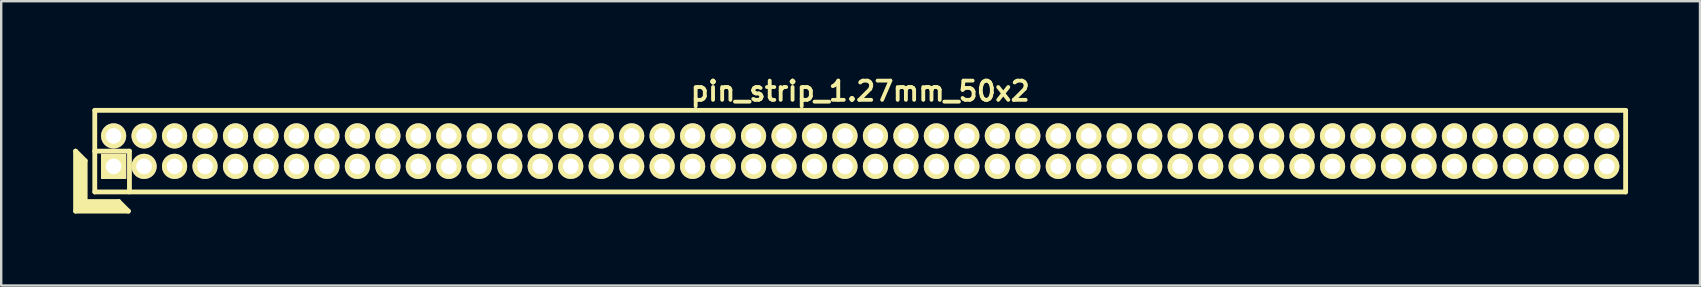
<source format=kicad_pcb>
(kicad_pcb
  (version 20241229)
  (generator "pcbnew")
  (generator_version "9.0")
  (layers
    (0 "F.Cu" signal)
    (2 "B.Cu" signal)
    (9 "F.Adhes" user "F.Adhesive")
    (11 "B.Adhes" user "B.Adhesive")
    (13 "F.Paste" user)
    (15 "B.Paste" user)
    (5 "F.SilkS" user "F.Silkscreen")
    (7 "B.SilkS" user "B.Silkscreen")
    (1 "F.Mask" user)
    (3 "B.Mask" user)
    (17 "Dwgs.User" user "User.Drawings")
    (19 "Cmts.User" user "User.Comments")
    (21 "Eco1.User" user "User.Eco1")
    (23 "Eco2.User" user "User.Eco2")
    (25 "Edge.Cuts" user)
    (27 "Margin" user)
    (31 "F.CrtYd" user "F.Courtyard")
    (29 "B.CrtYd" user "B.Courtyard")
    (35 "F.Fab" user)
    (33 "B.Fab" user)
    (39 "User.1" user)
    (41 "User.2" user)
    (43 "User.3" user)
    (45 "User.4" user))
  (footprint "pin_strip_1.27mm_50x2"
    (layer "F.Cu")
    (at 32.8 3.249)
    (property "Reference" "pin_strip_1.27mm_50x2" (at 0 -2.5 0) (layer "F.SilkS") (effects (font (size 0.8 0.8) (thickness 0.16))))
    (attr through_hole)
    (fp_line (start -32.7 0) (end -32.7 2.5) (stroke (width 0.2) (type solid)) (layer "F.SilkS"))
    (fp_line (start -32.7 0) (end -32.3 0.4) (stroke (width 0.2) (type solid)) (layer "F.SilkS"))
    (fp_line (start -32.7 2.5) (end -30.5 2.5) (stroke (width 0.2) (type solid)) (layer "F.SilkS"))
    (fp_line (start -32.6 2.4) (end -32.6 0.2) (stroke (width 0.2) (type solid)) (layer "F.SilkS"))
    (fp_line (start -32.6 2.4) (end -30.7 2.4) (stroke (width 0.2) (type solid)) (layer "F.SilkS"))
    (fp_line (start -32.5 2.3) (end -32.5 0.3) (stroke (width 0.2) (type solid)) (layer "F.SilkS"))
    (fp_line (start -32.5 2.3) (end -30.8 2.3) (stroke (width 0.2) (type solid)) (layer "F.SilkS"))
    (fp_line (start -32.4 2.2) (end -32.4 0.4) (stroke (width 0.2) (type solid)) (layer "F.SilkS"))
    (fp_line (start -32.4 2.2) (end -30.9 2.2) (stroke (width 0.2) (type solid)) (layer "F.SilkS"))
    (fp_line (start -32.3 2.1) (end -32.3 0.4) (stroke (width 0.2) (type solid)) (layer "F.SilkS"))
    (fp_line (start -32.3 2.1) (end -30.9 2.1) (stroke (width 0.2) (type solid)) (layer "F.SilkS"))
    (fp_line (start -31.905 0) (end -30.455 0) (stroke (width 0.2) (type solid)) (layer "F.SilkS"))
    (fp_line (start -31.9 -1.7) (end 31.9 -1.7) (stroke (width 0.2) (type solid)) (layer "F.SilkS"))
    (fp_line (start -31.9 1.7) (end -31.9 -1.7) (stroke (width 0.2) (type solid)) (layer "F.SilkS"))
    (fp_line (start -30.9 2.1) (end -30.5 2.5) (stroke (width 0.2) (type solid)) (layer "F.SilkS"))
    (fp_line (start -30.455 0) (end -30.455 1.7) (stroke (width 0.2) (type solid)) (layer "F.SilkS"))
    (fp_line (start 31.9 -1.7) (end 31.9 1.7) (stroke (width 0.2) (type solid)) (layer "F.SilkS"))
    (fp_line (start 31.9 1.7) (end -31.9 1.7) (stroke (width 0.2) (type solid)) (layer "F.SilkS"))
    (pad "1" thru_hole rect (at -31.115 0.635) (size 1.05 1.05) (drill 0.65) (layers "*.Cu" "*.Mask" "F.SilkS"))
    (pad "2" thru_hole oval (at -31.115 -0.635) (size 1.05 1.05) (drill 0.65) (layers "*.Cu" "*.Mask" "F.SilkS"))
    (pad "3" thru_hole oval (at -29.845 0.635) (size 1.05 1.05) (drill 0.65) (layers "*.Cu" "*.Mask" "F.SilkS"))
    (pad "4" thru_hole oval (at -29.845 -0.635) (size 1.05 1.05) (drill 0.65) (layers "*.Cu" "*.Mask" "F.SilkS"))
    (pad "5" thru_hole oval (at -28.575 0.635) (size 1.05 1.05) (drill 0.65) (layers "*.Cu" "*.Mask" "F.SilkS"))
    (pad "6" thru_hole oval (at -28.575 -0.635) (size 1.05 1.05) (drill 0.65) (layers "*.Cu" "*.Mask" "F.SilkS"))
    (pad "7" thru_hole oval (at -27.305 0.635) (size 1.05 1.05) (drill 0.65) (layers "*.Cu" "*.Mask" "F.SilkS"))
    (pad "8" thru_hole oval (at -27.305 -0.635) (size 1.05 1.05) (drill 0.65) (layers "*.Cu" "*.Mask" "F.SilkS"))
    (pad "9" thru_hole oval (at -26.035 0.635) (size 1.05 1.05) (drill 0.65) (layers "*.Cu" "*.Mask" "F.SilkS"))
    (pad "10" thru_hole oval (at -26.035 -0.635) (size 1.05 1.05) (drill 0.65) (layers "*.Cu" "*.Mask" "F.SilkS"))
    (pad "11" thru_hole oval (at -24.765 0.635) (size 1.05 1.05) (drill 0.65) (layers "*.Cu" "*.Mask" "F.SilkS"))
    (pad "12" thru_hole oval (at -24.765 -0.635) (size 1.05 1.05) (drill 0.65) (layers "*.Cu" "*.Mask" "F.SilkS"))
    (pad "13" thru_hole oval (at -23.495 0.635) (size 1.05 1.05) (drill 0.65) (layers "*.Cu" "*.Mask" "F.SilkS"))
    (pad "14" thru_hole oval (at -23.495 -0.635) (size 1.05 1.05) (drill 0.65) (layers "*.Cu" "*.Mask" "F.SilkS"))
    (pad "15" thru_hole oval (at -22.225 0.635) (size 1.05 1.05) (drill 0.65) (layers "*.Cu" "*.Mask" "F.SilkS"))
    (pad "16" thru_hole oval (at -22.225 -0.635) (size 1.05 1.05) (drill 0.65) (layers "*.Cu" "*.Mask" "F.SilkS"))
    (pad "17" thru_hole oval (at -20.955 0.635) (size 1.05 1.05) (drill 0.65) (layers "*.Cu" "*.Mask" "F.SilkS"))
    (pad "18" thru_hole oval (at -20.955 -0.635) (size 1.05 1.05) (drill 0.65) (layers "*.Cu" "*.Mask" "F.SilkS"))
    (pad "19" thru_hole oval (at -19.685 0.635) (size 1.05 1.05) (drill 0.65) (layers "*.Cu" "*.Mask" "F.SilkS"))
    (pad "20" thru_hole oval (at -19.685 -0.635) (size 1.05 1.05) (drill 0.65) (layers "*.Cu" "*.Mask" "F.SilkS"))
    (pad "21" thru_hole oval (at -18.415 0.635) (size 1.05 1.05) (drill 0.65) (layers "*.Cu" "*.Mask" "F.SilkS"))
    (pad "22" thru_hole oval (at -18.415 -0.635) (size 1.05 1.05) (drill 0.65) (layers "*.Cu" "*.Mask" "F.SilkS"))
    (pad "23" thru_hole oval (at -17.145 0.635) (size 1.05 1.05) (drill 0.65) (layers "*.Cu" "*.Mask" "F.SilkS"))
    (pad "24" thru_hole oval (at -17.145 -0.635) (size 1.05 1.05) (drill 0.65) (layers "*.Cu" "*.Mask" "F.SilkS"))
    (pad "25" thru_hole oval (at -15.875 0.635) (size 1.05 1.05) (drill 0.65) (layers "*.Cu" "*.Mask" "F.SilkS"))
    (pad "26" thru_hole oval (at -15.875 -0.635) (size 1.05 1.05) (drill 0.65) (layers "*.Cu" "*.Mask" "F.SilkS"))
    (pad "27" thru_hole oval (at -14.605 0.635) (size 1.05 1.05) (drill 0.65) (layers "*.Cu" "*.Mask" "F.SilkS"))
    (pad "28" thru_hole oval (at -14.605 -0.635) (size 1.05 1.05) (drill 0.65) (layers "*.Cu" "*.Mask" "F.SilkS"))
    (pad "29" thru_hole oval (at -13.335 0.635) (size 1.05 1.05) (drill 0.65) (layers "*.Cu" "*.Mask" "F.SilkS"))
    (pad "30" thru_hole oval (at -13.335 -0.635) (size 1.05 1.05) (drill 0.65) (layers "*.Cu" "*.Mask" "F.SilkS"))
    (pad "31" thru_hole oval (at -12.065 0.635) (size 1.05 1.05) (drill 0.65) (layers "*.Cu" "*.Mask" "F.SilkS"))
    (pad "32" thru_hole oval (at -12.065 -0.635) (size 1.05 1.05) (drill 0.65) (layers "*.Cu" "*.Mask" "F.SilkS"))
    (pad "33" thru_hole oval (at -10.795 0.635) (size 1.05 1.05) (drill 0.65) (layers "*.Cu" "*.Mask" "F.SilkS"))
    (pad "34" thru_hole oval (at -10.795 -0.635) (size 1.05 1.05) (drill 0.65) (layers "*.Cu" "*.Mask" "F.SilkS"))
    (pad "35" thru_hole oval (at -9.525 0.635) (size 1.05 1.05) (drill 0.65) (layers "*.Cu" "*.Mask" "F.SilkS"))
    (pad "36" thru_hole oval (at -9.525 -0.635) (size 1.05 1.05) (drill 0.65) (layers "*.Cu" "*.Mask" "F.SilkS"))
    (pad "37" thru_hole oval (at -8.255 0.635) (size 1.05 1.05) (drill 0.65) (layers "*.Cu" "*.Mask" "F.SilkS"))
    (pad "38" thru_hole oval (at -8.255 -0.635) (size 1.05 1.05) (drill 0.65) (layers "*.Cu" "*.Mask" "F.SilkS"))
    (pad "39" thru_hole oval (at -6.985 0.635) (size 1.05 1.05) (drill 0.65) (layers "*.Cu" "*.Mask" "F.SilkS"))
    (pad "40" thru_hole oval (at -6.985 -0.635) (size 1.05 1.05) (drill 0.65) (layers "*.Cu" "*.Mask" "F.SilkS"))
    (pad "41" thru_hole oval (at -5.715 0.635) (size 1.05 1.05) (drill 0.65) (layers "*.Cu" "*.Mask" "F.SilkS"))
    (pad "42" thru_hole oval (at -5.715 -0.635) (size 1.05 1.05) (drill 0.65) (layers "*.Cu" "*.Mask" "F.SilkS"))
    (pad "43" thru_hole oval (at -4.445 0.635) (size 1.05 1.05) (drill 0.65) (layers "*.Cu" "*.Mask" "F.SilkS"))
    (pad "44" thru_hole oval (at -4.445 -0.635) (size 1.05 1.05) (drill 0.65) (layers "*.Cu" "*.Mask" "F.SilkS"))
    (pad "45" thru_hole oval (at -3.175 0.635) (size 1.05 1.05) (drill 0.65) (layers "*.Cu" "*.Mask" "F.SilkS"))
    (pad "46" thru_hole oval (at -3.175 -0.635) (size 1.05 1.05) (drill 0.65) (layers "*.Cu" "*.Mask" "F.SilkS"))
    (pad "47" thru_hole oval (at -1.905 0.635) (size 1.05 1.05) (drill 0.65) (layers "*.Cu" "*.Mask" "F.SilkS"))
    (pad "48" thru_hole oval (at -1.905 -0.635) (size 1.05 1.05) (drill 0.65) (layers "*.Cu" "*.Mask" "F.SilkS"))
    (pad "49" thru_hole oval (at -0.635 0.635) (size 1.05 1.05) (drill 0.65) (layers "*.Cu" "*.Mask" "F.SilkS"))
    (pad "50" thru_hole oval (at -0.635 -0.635) (size 1.05 1.05) (drill 0.65) (layers "*.Cu" "*.Mask" "F.SilkS"))
    (pad "51" thru_hole circle (at 0.635 0.635) (size 1.05 1.05) (drill 0.65) (layers "*.Cu" "*.Mask" "F.SilkS"))
    (pad "52" thru_hole oval (at 0.635 -0.635) (size 1.05 1.05) (drill 0.65) (layers "*.Cu" "*.Mask" "F.SilkS"))
    (pad "53" thru_hole oval (at 1.905 0.635) (size 1.05 1.05) (drill 0.65) (layers "*.Cu" "*.Mask" "F.SilkS"))
    (pad "54" thru_hole oval (at 1.905 -0.635) (size 1.05 1.05) (drill 0.65) (layers "*.Cu" "*.Mask" "F.SilkS"))
    (pad "55" thru_hole oval (at 3.175 0.635) (size 1.05 1.05) (drill 0.65) (layers "*.Cu" "*.Mask" "F.SilkS"))
    (pad "56" thru_hole oval (at 3.175 -0.635) (size 1.05 1.05) (drill 0.65) (layers "*.Cu" "*.Mask" "F.SilkS"))
    (pad "57" thru_hole oval (at 4.445 0.635) (size 1.05 1.05) (drill 0.65) (layers "*.Cu" "*.Mask" "F.SilkS"))
    (pad "58" thru_hole oval (at 4.445 -0.635) (size 1.05 1.05) (drill 0.65) (layers "*.Cu" "*.Mask" "F.SilkS"))
    (pad "59" thru_hole oval (at 5.715 0.635) (size 1.05 1.05) (drill 0.65) (layers "*.Cu" "*.Mask" "F.SilkS"))
    (pad "60" thru_hole oval (at 5.715 -0.635) (size 1.05 1.05) (drill 0.65) (layers "*.Cu" "*.Mask" "F.SilkS"))
    (pad "61" thru_hole oval (at 6.985 0.635) (size 1.05 1.05) (drill 0.65) (layers "*.Cu" "*.Mask" "F.SilkS"))
    (pad "62" thru_hole oval (at 6.985 -0.635) (size 1.05 1.05) (drill 0.65) (layers "*.Cu" "*.Mask" "F.SilkS"))
    (pad "63" thru_hole oval (at 8.255 0.635) (size 1.05 1.05) (drill 0.65) (layers "*.Cu" "*.Mask" "F.SilkS"))
    (pad "64" thru_hole oval (at 8.255 -0.635) (size 1.05 1.05) (drill 0.65) (layers "*.Cu" "*.Mask" "F.SilkS"))
    (pad "65" thru_hole oval (at 9.525 0.635) (size 1.05 1.05) (drill 0.65) (layers "*.Cu" "*.Mask" "F.SilkS"))
    (pad "66" thru_hole oval (at 9.525 -0.635) (size 1.05 1.05) (drill 0.65) (layers "*.Cu" "*.Mask" "F.SilkS"))
    (pad "67" thru_hole oval (at 10.795 0.635) (size 1.05 1.05) (drill 0.65) (layers "*.Cu" "*.Mask" "F.SilkS"))
    (pad "68" thru_hole oval (at 10.795 -0.635) (size 1.05 1.05) (drill 0.65) (layers "*.Cu" "*.Mask" "F.SilkS"))
    (pad "69" thru_hole oval (at 12.065 0.635) (size 1.05 1.05) (drill 0.65) (layers "*.Cu" "*.Mask" "F.SilkS"))
    (pad "70" thru_hole oval (at 12.065 -0.635) (size 1.05 1.05) (drill 0.65) (layers "*.Cu" "*.Mask" "F.SilkS"))
    (pad "71" thru_hole oval (at 13.335 0.635) (size 1.05 1.05) (drill 0.65) (layers "*.Cu" "*.Mask" "F.SilkS"))
    (pad "72" thru_hole oval (at 13.335 -0.635) (size 1.05 1.05) (drill 0.65) (layers "*.Cu" "*.Mask" "F.SilkS"))
    (pad "73" thru_hole oval (at 14.605 0.635) (size 1.05 1.05) (drill 0.65) (layers "*.Cu" "*.Mask" "F.SilkS"))
    (pad "74" thru_hole oval (at 14.605 -0.635) (size 1.05 1.05) (drill 0.65) (layers "*.Cu" "*.Mask" "F.SilkS"))
    (pad "75" thru_hole oval (at 15.875 0.635) (size 1.05 1.05) (drill 0.65) (layers "*.Cu" "*.Mask" "F.SilkS"))
    (pad "76" thru_hole oval (at 15.875 -0.635) (size 1.05 1.05) (drill 0.65) (layers "*.Cu" "*.Mask" "F.SilkS"))
    (pad "77" thru_hole oval (at 17.145 0.635) (size 1.05 1.05) (drill 0.65) (layers "*.Cu" "*.Mask" "F.SilkS"))
    (pad "78" thru_hole oval (at 17.145 -0.635) (size 1.05 1.05) (drill 0.65) (layers "*.Cu" "*.Mask" "F.SilkS"))
    (pad "79" thru_hole oval (at 18.415 0.635) (size 1.05 1.05) (drill 0.65) (layers "*.Cu" "*.Mask" "F.SilkS"))
    (pad "80" thru_hole oval (at 18.415 -0.635) (size 1.05 1.05) (drill 0.65) (layers "*.Cu" "*.Mask" "F.SilkS"))
    (pad "81" thru_hole oval (at 19.685 0.635) (size 1.05 1.05) (drill 0.65) (layers "*.Cu" "*.Mask" "F.SilkS"))
    (pad "82" thru_hole oval (at 19.685 -0.635) (size 1.05 1.05) (drill 0.65) (layers "*.Cu" "*.Mask" "F.SilkS"))
    (pad "83" thru_hole oval (at 20.955 0.635) (size 1.05 1.05) (drill 0.65) (layers "*.Cu" "*.Mask" "F.SilkS"))
    (pad "84" thru_hole oval (at 20.955 -0.635) (size 1.05 1.05) (drill 0.65) (layers "*.Cu" "*.Mask" "F.SilkS"))
    (pad "85" thru_hole oval (at 22.225 0.635) (size 1.05 1.05) (drill 0.65) (layers "*.Cu" "*.Mask" "F.SilkS"))
    (pad "86" thru_hole oval (at 22.225 -0.635) (size 1.05 1.05) (drill 0.65) (layers "*.Cu" "*.Mask" "F.SilkS"))
    (pad "87" thru_hole oval (at 23.495 0.635) (size 1.05 1.05) (drill 0.65) (layers "*.Cu" "*.Mask" "F.SilkS"))
    (pad "88" thru_hole oval (at 23.495 -0.635) (size 1.05 1.05) (drill 0.65) (layers "*.Cu" "*.Mask" "F.SilkS"))
    (pad "89" thru_hole oval (at 24.765 0.635) (size 1.05 1.05) (drill 0.65) (layers "*.Cu" "*.Mask" "F.SilkS"))
    (pad "90" thru_hole oval (at 24.765 -0.635) (size 1.05 1.05) (drill 0.65) (layers "*.Cu" "*.Mask" "F.SilkS"))
    (pad "91" thru_hole oval (at 26.035 0.635) (size 1.05 1.05) (drill 0.65) (layers "*.Cu" "*.Mask" "F.SilkS"))
    (pad "92" thru_hole oval (at 26.035 -0.635) (size 1.05 1.05) (drill 0.65) (layers "*.Cu" "*.Mask" "F.SilkS"))
    (pad "93" thru_hole oval (at 27.305 0.635) (size 1.05 1.05) (drill 0.65) (layers "*.Cu" "*.Mask" "F.SilkS"))
    (pad "94" thru_hole oval (at 27.305 -0.635) (size 1.05 1.05) (drill 0.65) (layers "*.Cu" "*.Mask" "F.SilkS"))
    (pad "95" thru_hole oval (at 28.575 0.635) (size 1.05 1.05) (drill 0.65) (layers "*.Cu" "*.Mask" "F.SilkS"))
    (pad "96" thru_hole oval (at 28.575 -0.635) (size 1.05 1.05) (drill 0.65) (layers "*.Cu" "*.Mask" "F.SilkS"))
    (pad "97" thru_hole oval (at 29.845 0.635) (size 1.05 1.05) (drill 0.65) (layers "*.Cu" "*.Mask" "F.SilkS"))
    (pad "98" thru_hole oval (at 29.845 -0.635) (size 1.05 1.05) (drill 0.65) (layers "*.Cu" "*.Mask" "F.SilkS"))
    (pad "99" thru_hole oval (at 31.115 0.635) (size 1.05 1.05) (drill 0.65) (layers "*.Cu" "*.Mask" "F.SilkS"))
    (pad "100" thru_hole oval (at 31.115 -0.635) (size 1.05 1.05) (drill 0.65) (layers "*.Cu" "*.Mask" "F.SilkS")))
  (gr_rect
    (start -3 -3)
    (end 67.8 8.849)
    (stroke (width 0.1) (type default))
    (fill no)
    (layer "Edge.Cuts")))
</source>
